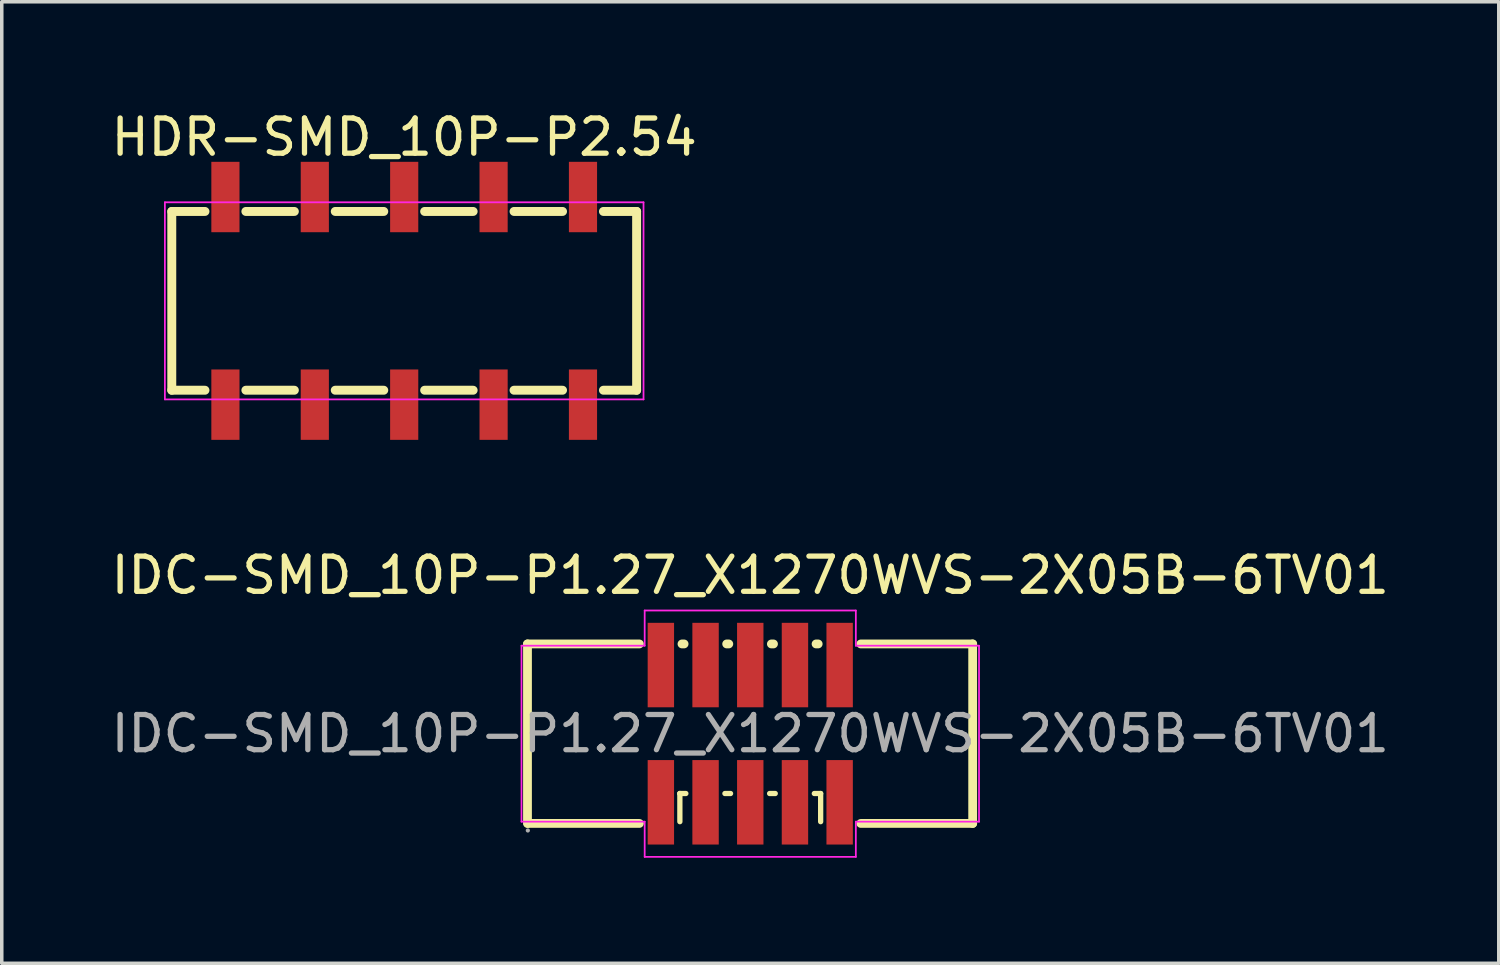
<source format=kicad_pcb>
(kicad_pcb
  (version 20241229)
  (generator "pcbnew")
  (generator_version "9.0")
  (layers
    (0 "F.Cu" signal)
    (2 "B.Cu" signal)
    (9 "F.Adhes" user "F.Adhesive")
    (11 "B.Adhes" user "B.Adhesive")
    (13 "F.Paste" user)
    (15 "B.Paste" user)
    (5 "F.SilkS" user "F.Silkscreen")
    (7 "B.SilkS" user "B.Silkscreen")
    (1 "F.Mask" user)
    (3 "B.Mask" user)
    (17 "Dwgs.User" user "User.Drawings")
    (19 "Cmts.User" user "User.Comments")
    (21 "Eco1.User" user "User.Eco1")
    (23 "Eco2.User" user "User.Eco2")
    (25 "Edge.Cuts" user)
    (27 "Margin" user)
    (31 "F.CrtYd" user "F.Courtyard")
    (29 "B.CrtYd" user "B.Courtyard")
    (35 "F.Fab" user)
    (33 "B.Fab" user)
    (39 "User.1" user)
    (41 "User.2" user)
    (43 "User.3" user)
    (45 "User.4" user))
  (footprint "HDR-SMD_10P-P2.54"
    (layer "F.Cu")
    (at 8.435 5.498)
    (property "Reference" "HDR-SMD_10P-P2.54" (at 0 -4.65 0) (layer "F.SilkS") (effects (font (size 1 1) (thickness 0.15))))
    (fp_line (start -6.604 -2.54) (end -5.661 -2.54) (stroke (width 0.254) (type default)) (layer "F.SilkS"))
    (fp_line (start -6.604 2.54) (end -6.604 -2.54) (stroke (width 0.254) (type default)) (layer "F.SilkS"))
    (fp_line (start -5.661 2.54) (end -6.604 2.54) (stroke (width 0.254) (type default)) (layer "F.SilkS"))
    (fp_line (start -4.499 -2.54) (end -3.121 -2.54) (stroke (width 0.254) (type default)) (layer "F.SilkS"))
    (fp_line (start -3.121 2.54) (end -4.499 2.54) (stroke (width 0.254) (type default)) (layer "F.SilkS"))
    (fp_line (start -1.959 -2.54) (end -0.581 -2.54) (stroke (width 0.254) (type default)) (layer "F.SilkS"))
    (fp_line (start -0.581 2.54) (end -1.959 2.54) (stroke (width 0.254) (type default)) (layer "F.SilkS"))
    (fp_line (start 0.581 -2.54) (end 1.959 -2.54) (stroke (width 0.254) (type default)) (layer "F.SilkS"))
    (fp_line (start 1.959 2.54) (end 0.581 2.54) (stroke (width 0.254) (type default)) (layer "F.SilkS"))
    (fp_line (start 3.121 -2.54) (end 4.499 -2.54) (stroke (width 0.254) (type default)) (layer "F.SilkS"))
    (fp_line (start 4.499 2.54) (end 3.121 2.54) (stroke (width 0.254) (type default)) (layer "F.SilkS"))
    (fp_line (start 5.661 -2.54) (end 6.604 -2.54) (stroke (width 0.254) (type default)) (layer "F.SilkS"))
    (fp_line (start 6.604 -2.54) (end 6.604 2.54) (stroke (width 0.254) (type default)) (layer "F.SilkS"))
    (fp_line (start 6.604 2.54) (end 5.661 2.54) (stroke (width 0.254) (type default)) (layer "F.SilkS"))
    (fp_line (start -6.8 -2.8) (end 6.8 -2.8) (stroke (width 0.05) (type default)) (layer "F.CrtYd"))
    (fp_line (start -6.8 2.8) (end -6.8 -2.8) (stroke (width 0.05) (type default)) (layer "F.CrtYd"))
    (fp_line (start 6.8 -2.8) (end 6.8 2.8) (stroke (width 0.05) (type default)) (layer "F.CrtYd"))
    (fp_line (start 6.8 2.8) (end -6.8 2.8) (stroke (width 0.05) (type default)) (layer "F.CrtYd"))
    (fp_poly (pts (xy -4.83 -3.55) (xy -4.83 -2.05) (xy -5.33 -2.05) (xy -5.33 -3.55)) (stroke (width 0.1) (type default)) (fill no) (layer "User.1"))
    (fp_poly (pts (xy -4.83 3.55) (xy -4.83 2.05) (xy -5.33 2.05) (xy -5.33 3.55)) (stroke (width 0.1) (type default)) (fill no) (layer "User.1"))
    (fp_poly (pts (xy -2.29 -3.55) (xy -2.29 -2.05) (xy -2.79 -2.05) (xy -2.79 -3.55)) (stroke (width 0.1) (type default)) (fill no) (layer "User.1"))
    (fp_poly (pts (xy -2.29 3.55) (xy -2.29 2.05) (xy -2.79 2.05) (xy -2.79 3.55)) (stroke (width 0.1) (type default)) (fill no) (layer "User.1"))
    (fp_poly (pts (xy 0.25 -3.55) (xy 0.25 -2.05) (xy -0.25 -2.05) (xy -0.25 -3.55)) (stroke (width 0.1) (type default)) (fill no) (layer "User.1"))
    (fp_poly (pts (xy 0.25 3.55) (xy 0.25 2.05) (xy -0.25 2.05) (xy -0.25 3.55)) (stroke (width 0.1) (type default)) (fill no) (layer "User.1"))
    (fp_poly (pts (xy 2.79 -3.55) (xy 2.79 -2.05) (xy 2.29 -2.05) (xy 2.29 -3.55)) (stroke (width 0.1) (type default)) (fill no) (layer "User.1"))
    (fp_poly (pts (xy 2.79 3.55) (xy 2.79 2.05) (xy 2.29 2.05) (xy 2.29 3.55)) (stroke (width 0.1) (type default)) (fill no) (layer "User.1"))
    (fp_poly (pts (xy 5.33 -3.55) (xy 5.33 -2.05) (xy 4.83 -2.05) (xy 4.83 -3.55)) (stroke (width 0.1) (type default)) (fill no) (layer "User.1"))
    (fp_poly (pts (xy 5.33 3.55) (xy 5.33 2.05) (xy 4.83 2.05) (xy 4.83 3.55)) (stroke (width 0.1) (type default)) (fill no) (layer "User.1"))
    (fp_line (start -6.55 -2.5) (end -6.55 2.5) (stroke (width 0.051) (type default)) (layer "User.2"))
    (fp_line (start -6.55 2.5) (end 6.55 2.5) (stroke (width 0.051) (type default)) (layer "User.2"))
    (fp_line (start 6.55 -2.5) (end -6.55 -2.5) (stroke (width 0.051) (type default)) (layer "User.2"))
    (fp_line (start 6.55 2.5) (end 6.55 -2.5) (stroke (width 0.051) (type default)) (layer "User.2"))
    (fp_poly (pts (xy -6.495 3.527) (xy -6.527 3.495) (xy -6.573 3.495) (xy -6.605 3.527) (xy -6.605 3.573) (xy -6.573 3.605) (xy -6.527 3.605) (xy -6.495 3.573)) (stroke (width 0.1) (type default)) (fill no) (layer "User.3"))
    (pad "1" smd rect (at -5.08 2.95) (size 0.8 2) (layers "F.Cu" "F.Mask" "F.Paste"))
    (pad "2" smd rect (at -2.54 2.95) (size 0.8 2) (layers "F.Cu" "F.Mask" "F.Paste"))
    (pad "3" smd rect (at 0 2.95) (size 0.8 2) (layers "F.Cu" "F.Mask" "F.Paste"))
    (pad "4" smd rect (at 2.54 2.95) (size 0.8 2) (layers "F.Cu" "F.Mask" "F.Paste"))
    (pad "5" smd rect (at 5.08 2.95) (size 0.8 2) (layers "F.Cu" "F.Mask" "F.Paste"))
    (pad "6" smd rect (at 5.08 -2.95) (size 0.8 2) (layers "F.Cu" "F.Mask" "F.Paste"))
    (pad "7" smd rect (at 2.54 -2.95) (size 0.8 2) (layers "F.Cu" "F.Mask" "F.Paste"))
    (pad "8" smd rect (at 0 -2.95) (size 0.8 2) (layers "F.Cu" "F.Mask" "F.Paste"))
    (pad "9" smd rect (at -2.54 -2.95) (size 0.8 2) (layers "F.Cu" "F.Mask" "F.Paste"))
    (pad "10" smd rect (at -5.08 -2.95) (size 0.8 2) (layers "F.Cu" "F.Mask" "F.Paste")))
  (footprint "IDC-SMD_10P-P1.27_X1270WVS-2X05B-6TV01"
    (layer "F.Cu")
    (at 18.268 17.797)
    (property "Reference" "IDC-SMD_10P-P1.27_X1270WVS-2X05B-6TV01" (at 0 -4.5 0) (layer "F.SilkS") (effects (font (size 1 1) (thickness 0.15))))
    (attr smd)
    (fp_line (start -6.33 -2.55) (end -3.15 -2.55) (stroke (width 0.25) (type solid)) (layer "F.SilkS"))
    (fp_line (start -6.33 2.55) (end -6.33 -2.55) (stroke (width 0.25) (type solid)) (layer "F.SilkS"))
    (fp_line (start -3.15 2.55) (end -6.32 2.55) (stroke (width 0.25) (type solid)) (layer "F.SilkS"))
    (fp_line (start -2 1.7) (end -2 1.7) (stroke (width 0.15) (type solid)) (layer "F.SilkS"))
    (fp_line (start -2 1.7) (end -1.83 1.7) (stroke (width 0.15) (type solid)) (layer "F.SilkS"))
    (fp_line (start -2 2.5) (end -2 1.7) (stroke (width 0.15) (type solid)) (layer "F.SilkS"))
    (fp_line (start -1.94 -2.55) (end -1.88 -2.55) (stroke (width 0.25) (type solid)) (layer "F.SilkS"))
    (fp_line (start -0.72 1.7) (end -0.56 1.7) (stroke (width 0.15) (type solid)) (layer "F.SilkS"))
    (fp_line (start -0.67 -2.55) (end -0.61 -2.55) (stroke (width 0.25) (type solid)) (layer "F.SilkS"))
    (fp_line (start 0.55 1.7) (end 0.71 1.7) (stroke (width 0.15) (type solid)) (layer "F.SilkS"))
    (fp_line (start 0.6 -2.55) (end 0.66 -2.55) (stroke (width 0.25) (type solid)) (layer "F.SilkS"))
    (fp_line (start 1.82 1.7) (end 2 1.7) (stroke (width 0.15) (type solid)) (layer "F.SilkS"))
    (fp_line (start 1.87 -2.55) (end 1.93 -2.55) (stroke (width 0.25) (type solid)) (layer "F.SilkS"))
    (fp_line (start 2 1.7) (end 2 2.5) (stroke (width 0.15) (type solid)) (layer "F.SilkS"))
    (fp_line (start 3.14 -2.55) (end 6.32 -2.55) (stroke (width 0.25) (type solid)) (layer "F.SilkS"))
    (fp_line (start 6.32 -2.55) (end 6.32 2.55) (stroke (width 0.25) (type solid)) (layer "F.SilkS"))
    (fp_line (start 6.32 2.55) (end 3.14 2.55) (stroke (width 0.25) (type solid)) (layer "F.SilkS"))
    (fp_line (start -6.5 -2.5) (end -6.5 2.5) (stroke (width 0.05) (type default)) (layer "F.CrtYd"))
    (fp_line (start -6.5 2.5) (end -3 2.5) (stroke (width 0.05) (type default)) (layer "F.CrtYd"))
    (fp_line (start -3 -3.5) (end -3 -2.5) (stroke (width 0.05) (type default)) (layer "F.CrtYd"))
    (fp_line (start -3 -2.5) (end -6.5 -2.5) (stroke (width 0.05) (type default)) (layer "F.CrtYd"))
    (fp_line (start -3 2.5) (end -3 3.5) (stroke (width 0.05) (type default)) (layer "F.CrtYd"))
    (fp_line (start -3 3.5) (end 3 3.5) (stroke (width 0.05) (type default)) (layer "F.CrtYd"))
    (fp_line (start 3 -3.5) (end -3 -3.5) (stroke (width 0.05) (type default)) (layer "F.CrtYd"))
    (fp_line (start 3 -2.5) (end 3 -3.5) (stroke (width 0.05) (type default)) (layer "F.CrtYd"))
    (fp_line (start 3 2.5) (end 6.5 2.5) (stroke (width 0.05) (type default)) (layer "F.CrtYd"))
    (fp_line (start 3 3.5) (end 3 2.5) (stroke (width 0.05) (type default)) (layer "F.CrtYd"))
    (fp_line (start 6.5 -2.5) (end 3 -2.5) (stroke (width 0.05) (type default)) (layer "F.CrtYd"))
    (fp_line (start 6.5 2.5) (end 6.5 -2.5) (stroke (width 0.05) (type default)) (layer "F.CrtYd"))
    (fp_circle (center -6.32 2.75) (end -6.29 2.75) (stroke (width 0.06) (type solid)) (fill no) (layer "F.Fab"))
    (fp_text user "${REFERENCE}" (at 0 0 0) (layer "F.Fab") (effects (font (size 1 1) (thickness 0.15))))
    (pad "1" smd rect (at -2.54 1.95) (size 0.75 2.4) (layers "F.Cu" "F.Mask" "F.Paste"))
    (pad "2" smd rect (at -2.54 -1.95) (size 0.75 2.4) (layers "F.Cu" "F.Mask" "F.Paste"))
    (pad "3" smd rect (at -1.27 1.95) (size 0.75 2.4) (layers "F.Cu" "F.Mask" "F.Paste"))
    (pad "4" smd rect (at -1.27 -1.95) (size 0.75 2.4) (layers "F.Cu" "F.Mask" "F.Paste"))
    (pad "5" smd rect (at 0 1.95) (size 0.75 2.4) (layers "F.Cu" "F.Mask" "F.Paste"))
    (pad "6" smd rect (at 0 -1.95) (size 0.75 2.4) (layers "F.Cu" "F.Mask" "F.Paste"))
    (pad "7" smd rect (at 1.27 1.95) (size 0.75 2.4) (layers "F.Cu" "F.Mask" "F.Paste"))
    (pad "8" smd rect (at 1.27 -1.95) (size 0.75 2.4) (layers "F.Cu" "F.Mask" "F.Paste"))
    (pad "9" smd rect (at 2.54 1.95) (size 0.75 2.4) (layers "F.Cu" "F.Mask" "F.Paste"))
    (pad "10" smd rect (at 2.54 -1.95) (size 0.75 2.4) (layers "F.Cu" "F.Mask" "F.Paste")))
  (gr_rect
    (start -3 -3)
    (end 39.536 24.322)
    (stroke (width 0.1) (type default))
    (fill no)
    (layer "Edge.Cuts")))
</source>
